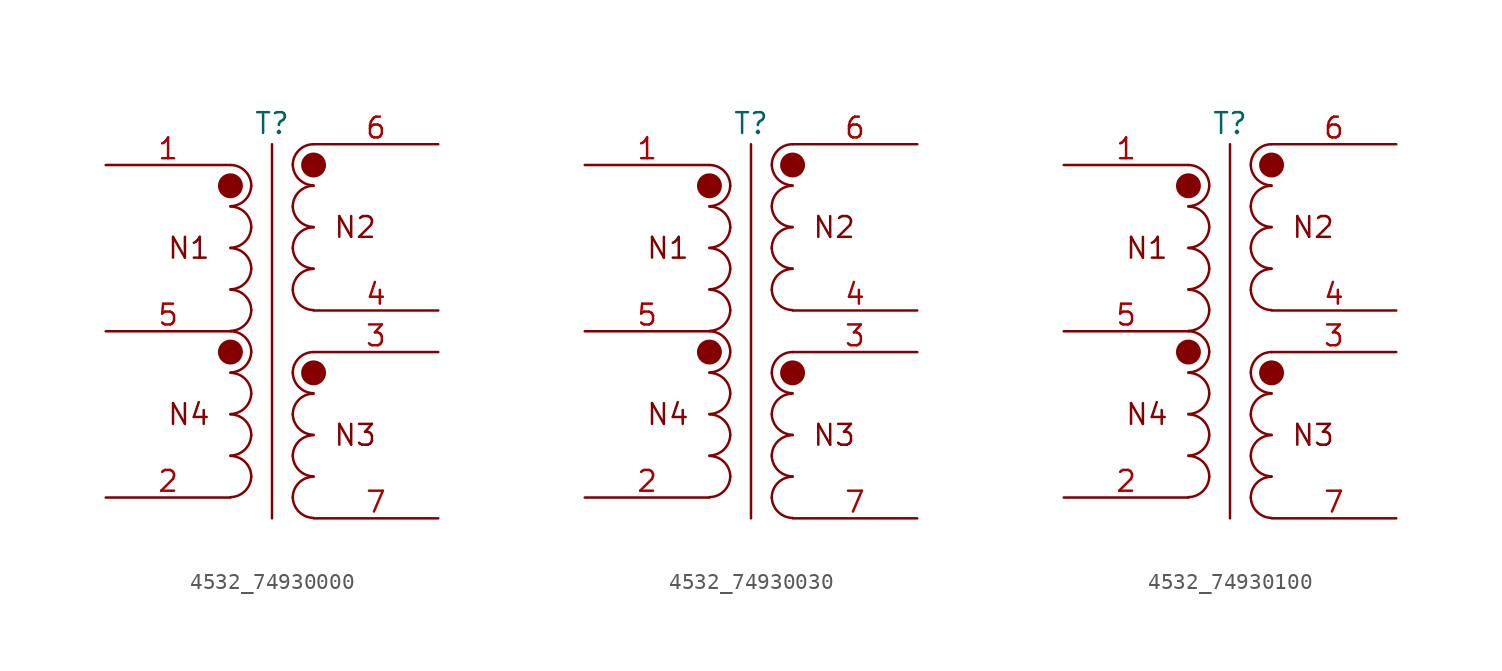
<source format=kicad_sym>
(kicad_symbol_lib
  (version 20220914)
  (generator kicad_symbol_editor)
  (symbol "4532_74930000"
    (pin_names hide)
    (property "Reference" "T"
      (at 0 12.7 0)
      (effects (font (size 1.27 1.27))))
    (property "Critical Parameter" ""
      (at 0 -5.08 0)
      (effects (font (size 1.27 1.27)) (justify left)))
    (symbol "4532_74930000_0_1"
      (arc (start -2.54 -10.1346) (mid -1.6561 -9.7663) (end -1.27 -8.89) (stroke (width 0) (type default)) (fill (type none)))
      (arc (start -2.54 -7.5946) (mid -1.6561 -7.2263) (end -1.27 -6.35) (stroke (width 0) (type default)) (fill (type none)))
      (arc (start -2.54 -5.0546) (mid -1.6561 -4.6863) (end -1.27 -3.81) (stroke (width 0) (type default)) (fill (type none)))
      (arc (start -2.54 -2.5146) (mid -1.6561 -2.1463) (end -1.27 -1.27) (stroke (width 0) (type default)) (fill (type none)))
      (arc (start -2.54 0.0254) (mid -1.6561 0.3937) (end -1.27 1.27) (stroke (width 0) (type default)) (fill (type none)))
      (arc (start -2.54 2.5654) (mid -1.6561 2.9337) (end -1.27 3.81) (stroke (width 0) (type default)) (fill (type none)))
      (arc (start -2.54 5.1054) (mid -1.6561 5.4737) (end -1.27 6.35) (stroke (width 0) (type default)) (fill (type none)))
      (arc (start -2.54 7.6454) (mid -1.6561 8.0137) (end -1.27 8.89) (stroke (width 0) (type default)) (fill (type none)))
      (arc (start -1.27 -8.89) (mid -1.642 -7.992) (end -2.54 -7.62) (stroke (width 0) (type default)) (fill (type none)))
      (arc (start -1.27 -6.35) (mid -1.642 -5.452) (end -2.54 -5.08) (stroke (width 0) (type default)) (fill (type none)))
      (arc (start -1.27 -3.81) (mid -1.642 -2.912) (end -2.54 -2.54) (stroke (width 0) (type default)) (fill (type none)))
      (arc (start -1.27 -1.27) (mid -1.642 -0.372) (end -2.54 0) (stroke (width 0) (type default)) (fill (type none)))
      (arc (start -1.27 1.27) (mid -1.642 2.168) (end -2.54 2.54) (stroke (width 0) (type default)) (fill (type none)))
      (arc (start -1.27 3.81) (mid -1.642 4.708) (end -2.54 5.08) (stroke (width 0) (type default)) (fill (type none)))
      (arc (start -1.27 6.35) (mid -1.642 7.248) (end -2.54 7.62) (stroke (width 0) (type default)) (fill (type none)))
      (arc (start -1.27 8.89) (mid -1.642 9.788) (end -2.54 10.16) (stroke (width 0) (type default)) (fill (type none)))
      (polyline (pts (xy 0 -11.43) (xy 0 11.43)) (stroke (width 0) (type default)) (fill (type none)))
      (arc (start 1.27 -10.16) (mid 1.6561 -11.0363) (end 2.54 -11.4046) (stroke (width 0) (type default)) (fill (type none)))
      (arc (start 1.27 -7.62) (mid 1.6561 -8.4963) (end 2.54 -8.8646) (stroke (width 0) (type default)) (fill (type none)))
      (arc (start 1.27 -5.08) (mid 1.6561 -5.9563) (end 2.54 -6.3246) (stroke (width 0) (type default)) (fill (type none)))
      (arc (start 1.27 -2.54) (mid 1.6561 -3.4163) (end 2.54 -3.7846) (stroke (width 0) (type default)) (fill (type none)))
      (arc (start 1.27 2.54) (mid 1.6561 1.6637) (end 2.54 1.2954) (stroke (width 0) (type default)) (fill (type none)))
      (arc (start 1.27 5.08) (mid 1.6561 4.2037) (end 2.54 3.8354) (stroke (width 0) (type default)) (fill (type none)))
      (arc (start 1.27 7.62) (mid 1.6561 6.7437) (end 2.54 6.3754) (stroke (width 0) (type default)) (fill (type none)))
      (arc (start 1.27 10.16) (mid 1.6561 9.2837) (end 2.54 8.9154) (stroke (width 0) (type default)) (fill (type none)))
      (arc (start 2.54 -8.89) (mid 1.642 -9.262) (end 1.27 -10.16) (stroke (width 0) (type default)) (fill (type none)))
      (arc (start 2.54 -6.35) (mid 1.642 -6.722) (end 1.27 -7.62) (stroke (width 0) (type default)) (fill (type none)))
      (arc (start 2.54 -3.81) (mid 1.642 -4.182) (end 1.27 -5.08) (stroke (width 0) (type default)) (fill (type none)))
      (arc (start 2.54 -1.27) (mid 1.642 -1.642) (end 1.27 -2.54) (stroke (width 0) (type default)) (fill (type none)))
      (arc (start 2.54 3.81) (mid 1.642 3.438) (end 1.27 2.54) (stroke (width 0) (type default)) (fill (type none)))
      (arc (start 2.54 6.35) (mid 1.642 5.978) (end 1.27 5.08) (stroke (width 0) (type default)) (fill (type none)))
      (arc (start 2.54 8.89) (mid 1.642 8.518) (end 1.27 7.62) (stroke (width 0) (type default)) (fill (type none)))
      (arc (start 2.54 11.43) (mid 1.642 11.058) (end 1.27 10.16) (stroke (width 0) (type default)) (fill (type none))))
    (symbol "4532_74930000_1_1"
      (circle (center -2.54 -1.27) (radius 0.0001) (stroke (width 0.762) (type default)) (fill (type none)))
      (circle (center -2.54 8.89) (radius 0.0001) (stroke (width 0.762) (type default)) (fill (type none)))
      (circle (center 2.54 -2.54) (radius 0.0001) (stroke (width 0.762) (type default)) (fill (type none)))
      (circle (center 2.54 10.16) (radius 0.0001) (stroke (width 0.762) (type default)) (fill (type none)))
      (text "N1" (at -5.08 5.08 0) (effects (font (size 1.27 1.27))))
      (text "N2" (at 5.08 6.35 0) (effects (font (size 1.27 1.27))))
      (text "N3" (at 5.08 -6.35 0) (effects (font (size 1.27 1.27))))
      (text "N4" (at -5.08 -5.08 0) (effects (font (size 1.27 1.27))))
      (pin passive line (at -10.16 10.16 0) (length 7.62) (name "1" (effects (font (size 1.27 1.27)))) (number "1" (effects (font (size 1.27 1.27)))))
      (pin passive line (at -10.16 -10.16 0) (length 7.62) (name "2" (effects (font (size 1.27 1.27)))) (number "2" (effects (font (size 1.27 1.27)))))
      (pin passive line (at 10.16 -1.27 180) (length 7.62) (name "3" (effects (font (size 1.27 1.27)))) (number "3" (effects (font (size 1.27 1.27)))))
      (pin passive line (at 10.16 1.27 180) (length 7.62) (name "4" (effects (font (size 1.27 1.27)))) (number "4" (effects (font (size 1.27 1.27)))))
      (pin passive line (at -10.16 0 0) (length 7.62) (name "5" (effects (font (size 1.27 1.27)))) (number "5" (effects (font (size 1.27 1.27)))))
      (pin passive line (at 10.16 11.43 180) (length 7.62) (name "6" (effects (font (size 1.27 1.27)))) (number "6" (effects (font (size 1.27 1.27)))))
      (pin passive line (at 10.16 -11.43 180) (length 7.62) (name "7" (effects (font (size 1.27 1.27)))) (number "7" (effects (font (size 1.27 1.27)))))))
  (symbol "4532_74930030"
    (pin_names hide)
    (property "Reference" "T"
      (at 0 12.7 0)
      (effects (font (size 1.27 1.27))))
    (property "Critical Parameter" ""
      (at 0 -5.08 0)
      (effects (font (size 1.27 1.27)) (justify left)))
    (symbol "4532_74930030_0_1"
      (arc (start -2.54 -10.1346) (mid -1.6561 -9.7663) (end -1.27 -8.89) (stroke (width 0) (type default)) (fill (type none)))
      (arc (start -2.54 -7.5946) (mid -1.6561 -7.2263) (end -1.27 -6.35) (stroke (width 0) (type default)) (fill (type none)))
      (arc (start -2.54 -5.0546) (mid -1.6561 -4.6863) (end -1.27 -3.81) (stroke (width 0) (type default)) (fill (type none)))
      (arc (start -2.54 -2.5146) (mid -1.6561 -2.1463) (end -1.27 -1.27) (stroke (width 0) (type default)) (fill (type none)))
      (arc (start -2.54 0.0254) (mid -1.6561 0.3937) (end -1.27 1.27) (stroke (width 0) (type default)) (fill (type none)))
      (arc (start -2.54 2.5654) (mid -1.6561 2.9337) (end -1.27 3.81) (stroke (width 0) (type default)) (fill (type none)))
      (arc (start -2.54 5.1054) (mid -1.6561 5.4737) (end -1.27 6.35) (stroke (width 0) (type default)) (fill (type none)))
      (arc (start -2.54 7.6454) (mid -1.6561 8.0137) (end -1.27 8.89) (stroke (width 0) (type default)) (fill (type none)))
      (arc (start -1.27 -8.89) (mid -1.642 -7.992) (end -2.54 -7.62) (stroke (width 0) (type default)) (fill (type none)))
      (arc (start -1.27 -6.35) (mid -1.642 -5.452) (end -2.54 -5.08) (stroke (width 0) (type default)) (fill (type none)))
      (arc (start -1.27 -3.81) (mid -1.642 -2.912) (end -2.54 -2.54) (stroke (width 0) (type default)) (fill (type none)))
      (arc (start -1.27 -1.27) (mid -1.642 -0.372) (end -2.54 0) (stroke (width 0) (type default)) (fill (type none)))
      (arc (start -1.27 1.27) (mid -1.642 2.168) (end -2.54 2.54) (stroke (width 0) (type default)) (fill (type none)))
      (arc (start -1.27 3.81) (mid -1.642 4.708) (end -2.54 5.08) (stroke (width 0) (type default)) (fill (type none)))
      (arc (start -1.27 6.35) (mid -1.642 7.248) (end -2.54 7.62) (stroke (width 0) (type default)) (fill (type none)))
      (arc (start -1.27 8.89) (mid -1.642 9.788) (end -2.54 10.16) (stroke (width 0) (type default)) (fill (type none)))
      (polyline (pts (xy 0 -11.43) (xy 0 11.43)) (stroke (width 0) (type default)) (fill (type none)))
      (arc (start 1.27 -10.16) (mid 1.6561 -11.0363) (end 2.54 -11.4046) (stroke (width 0) (type default)) (fill (type none)))
      (arc (start 1.27 -7.62) (mid 1.6561 -8.4963) (end 2.54 -8.8646) (stroke (width 0) (type default)) (fill (type none)))
      (arc (start 1.27 -5.08) (mid 1.6561 -5.9563) (end 2.54 -6.3246) (stroke (width 0) (type default)) (fill (type none)))
      (arc (start 1.27 -2.54) (mid 1.6561 -3.4163) (end 2.54 -3.7846) (stroke (width 0) (type default)) (fill (type none)))
      (arc (start 1.27 2.54) (mid 1.6561 1.6637) (end 2.54 1.2954) (stroke (width 0) (type default)) (fill (type none)))
      (arc (start 1.27 5.08) (mid 1.6561 4.2037) (end 2.54 3.8354) (stroke (width 0) (type default)) (fill (type none)))
      (arc (start 1.27 7.62) (mid 1.6561 6.7437) (end 2.54 6.3754) (stroke (width 0) (type default)) (fill (type none)))
      (arc (start 1.27 10.16) (mid 1.6561 9.2837) (end 2.54 8.9154) (stroke (width 0) (type default)) (fill (type none)))
      (arc (start 2.54 -8.89) (mid 1.642 -9.262) (end 1.27 -10.16) (stroke (width 0) (type default)) (fill (type none)))
      (arc (start 2.54 -6.35) (mid 1.642 -6.722) (end 1.27 -7.62) (stroke (width 0) (type default)) (fill (type none)))
      (arc (start 2.54 -3.81) (mid 1.642 -4.182) (end 1.27 -5.08) (stroke (width 0) (type default)) (fill (type none)))
      (arc (start 2.54 -1.27) (mid 1.642 -1.642) (end 1.27 -2.54) (stroke (width 0) (type default)) (fill (type none)))
      (arc (start 2.54 3.81) (mid 1.642 3.438) (end 1.27 2.54) (stroke (width 0) (type default)) (fill (type none)))
      (arc (start 2.54 6.35) (mid 1.642 5.978) (end 1.27 5.08) (stroke (width 0) (type default)) (fill (type none)))
      (arc (start 2.54 8.89) (mid 1.642 8.518) (end 1.27 7.62) (stroke (width 0) (type default)) (fill (type none)))
      (arc (start 2.54 11.43) (mid 1.642 11.058) (end 1.27 10.16) (stroke (width 0) (type default)) (fill (type none))))
    (symbol "4532_74930030_1_1"
      (circle (center -2.54 -1.27) (radius 0.0001) (stroke (width 0.762) (type default)) (fill (type none)))
      (circle (center -2.54 8.89) (radius 0.0001) (stroke (width 0.762) (type default)) (fill (type none)))
      (circle (center 2.54 -2.54) (radius 0.0001) (stroke (width 0.762) (type default)) (fill (type none)))
      (circle (center 2.54 10.16) (radius 0.0001) (stroke (width 0.762) (type default)) (fill (type none)))
      (text "N1" (at -5.08 5.08 0) (effects (font (size 1.27 1.27))))
      (text "N2" (at 5.08 6.35 0) (effects (font (size 1.27 1.27))))
      (text "N3" (at 5.08 -6.35 0) (effects (font (size 1.27 1.27))))
      (text "N4" (at -5.08 -5.08 0) (effects (font (size 1.27 1.27))))
      (pin passive line (at -10.16 10.16 0) (length 7.62) (name "1" (effects (font (size 1.27 1.27)))) (number "1" (effects (font (size 1.27 1.27)))))
      (pin passive line (at -10.16 -10.16 0) (length 7.62) (name "2" (effects (font (size 1.27 1.27)))) (number "2" (effects (font (size 1.27 1.27)))))
      (pin passive line (at 10.16 -1.27 180) (length 7.62) (name "3" (effects (font (size 1.27 1.27)))) (number "3" (effects (font (size 1.27 1.27)))))
      (pin passive line (at 10.16 1.27 180) (length 7.62) (name "4" (effects (font (size 1.27 1.27)))) (number "4" (effects (font (size 1.27 1.27)))))
      (pin passive line (at -10.16 0 0) (length 7.62) (name "5" (effects (font (size 1.27 1.27)))) (number "5" (effects (font (size 1.27 1.27)))))
      (pin passive line (at 10.16 11.43 180) (length 7.62) (name "6" (effects (font (size 1.27 1.27)))) (number "6" (effects (font (size 1.27 1.27)))))
      (pin passive line (at 10.16 -11.43 180) (length 7.62) (name "7" (effects (font (size 1.27 1.27)))) (number "7" (effects (font (size 1.27 1.27)))))))
  (symbol "4532_74930100"
    (pin_names hide)
    (property "Reference" "T"
      (at 0 12.7 0)
      (effects (font (size 1.27 1.27))))
    (property "Critical Parameter" ""
      (at 0 -5.08 0)
      (effects (font (size 1.27 1.27)) (justify left)))
    (symbol "4532_74930100_0_1"
      (arc (start -2.54 -10.1346) (mid -1.6561 -9.7663) (end -1.27 -8.89) (stroke (width 0) (type default)) (fill (type none)))
      (arc (start -2.54 -7.5946) (mid -1.6561 -7.2263) (end -1.27 -6.35) (stroke (width 0) (type default)) (fill (type none)))
      (arc (start -2.54 -5.0546) (mid -1.6561 -4.6863) (end -1.27 -3.81) (stroke (width 0) (type default)) (fill (type none)))
      (arc (start -2.54 -2.5146) (mid -1.6561 -2.1463) (end -1.27 -1.27) (stroke (width 0) (type default)) (fill (type none)))
      (arc (start -2.54 0.0254) (mid -1.6561 0.3937) (end -1.27 1.27) (stroke (width 0) (type default)) (fill (type none)))
      (arc (start -2.54 2.5654) (mid -1.6561 2.9337) (end -1.27 3.81) (stroke (width 0) (type default)) (fill (type none)))
      (arc (start -2.54 5.1054) (mid -1.6561 5.4737) (end -1.27 6.35) (stroke (width 0) (type default)) (fill (type none)))
      (arc (start -2.54 7.6454) (mid -1.6561 8.0137) (end -1.27 8.89) (stroke (width 0) (type default)) (fill (type none)))
      (arc (start -1.27 -8.89) (mid -1.642 -7.992) (end -2.54 -7.62) (stroke (width 0) (type default)) (fill (type none)))
      (arc (start -1.27 -6.35) (mid -1.642 -5.452) (end -2.54 -5.08) (stroke (width 0) (type default)) (fill (type none)))
      (arc (start -1.27 -3.81) (mid -1.642 -2.912) (end -2.54 -2.54) (stroke (width 0) (type default)) (fill (type none)))
      (arc (start -1.27 -1.27) (mid -1.642 -0.372) (end -2.54 0) (stroke (width 0) (type default)) (fill (type none)))
      (arc (start -1.27 1.27) (mid -1.642 2.168) (end -2.54 2.54) (stroke (width 0) (type default)) (fill (type none)))
      (arc (start -1.27 3.81) (mid -1.642 4.708) (end -2.54 5.08) (stroke (width 0) (type default)) (fill (type none)))
      (arc (start -1.27 6.35) (mid -1.642 7.248) (end -2.54 7.62) (stroke (width 0) (type default)) (fill (type none)))
      (arc (start -1.27 8.89) (mid -1.642 9.788) (end -2.54 10.16) (stroke (width 0) (type default)) (fill (type none)))
      (polyline (pts (xy 0 -11.43) (xy 0 11.43)) (stroke (width 0) (type default)) (fill (type none)))
      (arc (start 1.27 -10.16) (mid 1.6561 -11.0363) (end 2.54 -11.4046) (stroke (width 0) (type default)) (fill (type none)))
      (arc (start 1.27 -7.62) (mid 1.6561 -8.4963) (end 2.54 -8.8646) (stroke (width 0) (type default)) (fill (type none)))
      (arc (start 1.27 -5.08) (mid 1.6561 -5.9563) (end 2.54 -6.3246) (stroke (width 0) (type default)) (fill (type none)))
      (arc (start 1.27 -2.54) (mid 1.6561 -3.4163) (end 2.54 -3.7846) (stroke (width 0) (type default)) (fill (type none)))
      (arc (start 1.27 2.54) (mid 1.6561 1.6637) (end 2.54 1.2954) (stroke (width 0) (type default)) (fill (type none)))
      (arc (start 1.27 5.08) (mid 1.6561 4.2037) (end 2.54 3.8354) (stroke (width 0) (type default)) (fill (type none)))
      (arc (start 1.27 7.62) (mid 1.6561 6.7437) (end 2.54 6.3754) (stroke (width 0) (type default)) (fill (type none)))
      (arc (start 1.27 10.16) (mid 1.6561 9.2837) (end 2.54 8.9154) (stroke (width 0) (type default)) (fill (type none)))
      (arc (start 2.54 -8.89) (mid 1.642 -9.262) (end 1.27 -10.16) (stroke (width 0) (type default)) (fill (type none)))
      (arc (start 2.54 -6.35) (mid 1.642 -6.722) (end 1.27 -7.62) (stroke (width 0) (type default)) (fill (type none)))
      (arc (start 2.54 -3.81) (mid 1.642 -4.182) (end 1.27 -5.08) (stroke (width 0) (type default)) (fill (type none)))
      (arc (start 2.54 -1.27) (mid 1.642 -1.642) (end 1.27 -2.54) (stroke (width 0) (type default)) (fill (type none)))
      (arc (start 2.54 3.81) (mid 1.642 3.438) (end 1.27 2.54) (stroke (width 0) (type default)) (fill (type none)))
      (arc (start 2.54 6.35) (mid 1.642 5.978) (end 1.27 5.08) (stroke (width 0) (type default)) (fill (type none)))
      (arc (start 2.54 8.89) (mid 1.642 8.518) (end 1.27 7.62) (stroke (width 0) (type default)) (fill (type none)))
      (arc (start 2.54 11.43) (mid 1.642 11.058) (end 1.27 10.16) (stroke (width 0) (type default)) (fill (type none))))
    (symbol "4532_74930100_1_1"
      (circle (center -2.54 -1.27) (radius 0.0001) (stroke (width 0.762) (type default)) (fill (type none)))
      (circle (center -2.54 8.89) (radius 0.0001) (stroke (width 0.762) (type default)) (fill (type none)))
      (circle (center 2.54 -2.54) (radius 0.0001) (stroke (width 0.762) (type default)) (fill (type none)))
      (circle (center 2.54 10.16) (radius 0.0001) (stroke (width 0.762) (type default)) (fill (type none)))
      (text "N1" (at -5.08 5.08 0) (effects (font (size 1.27 1.27))))
      (text "N2" (at 5.08 6.35 0) (effects (font (size 1.27 1.27))))
      (text "N3" (at 5.08 -6.35 0) (effects (font (size 1.27 1.27))))
      (text "N4" (at -5.08 -5.08 0) (effects (font (size 1.27 1.27))))
      (pin passive line (at -10.16 10.16 0) (length 7.62) (name "1" (effects (font (size 1.27 1.27)))) (number "1" (effects (font (size 1.27 1.27)))))
      (pin passive line (at -10.16 -10.16 0) (length 7.62) (name "2" (effects (font (size 1.27 1.27)))) (number "2" (effects (font (size 1.27 1.27)))))
      (pin passive line (at 10.16 -1.27 180) (length 7.62) (name "3" (effects (font (size 1.27 1.27)))) (number "3" (effects (font (size 1.27 1.27)))))
      (pin passive line (at 10.16 1.27 180) (length 7.62) (name "4" (effects (font (size 1.27 1.27)))) (number "4" (effects (font (size 1.27 1.27)))))
      (pin passive line (at -10.16 0 0) (length 7.62) (name "5" (effects (font (size 1.27 1.27)))) (number "5" (effects (font (size 1.27 1.27)))))
      (pin passive line (at 10.16 11.43 180) (length 7.62) (name "6" (effects (font (size 1.27 1.27)))) (number "6" (effects (font (size 1.27 1.27)))))
      (pin passive line (at 10.16 -11.43 180) (length 7.62) (name "7" (effects (font (size 1.27 1.27)))) (number "7" (effects (font (size 1.27 1.27))))))))
</source>
